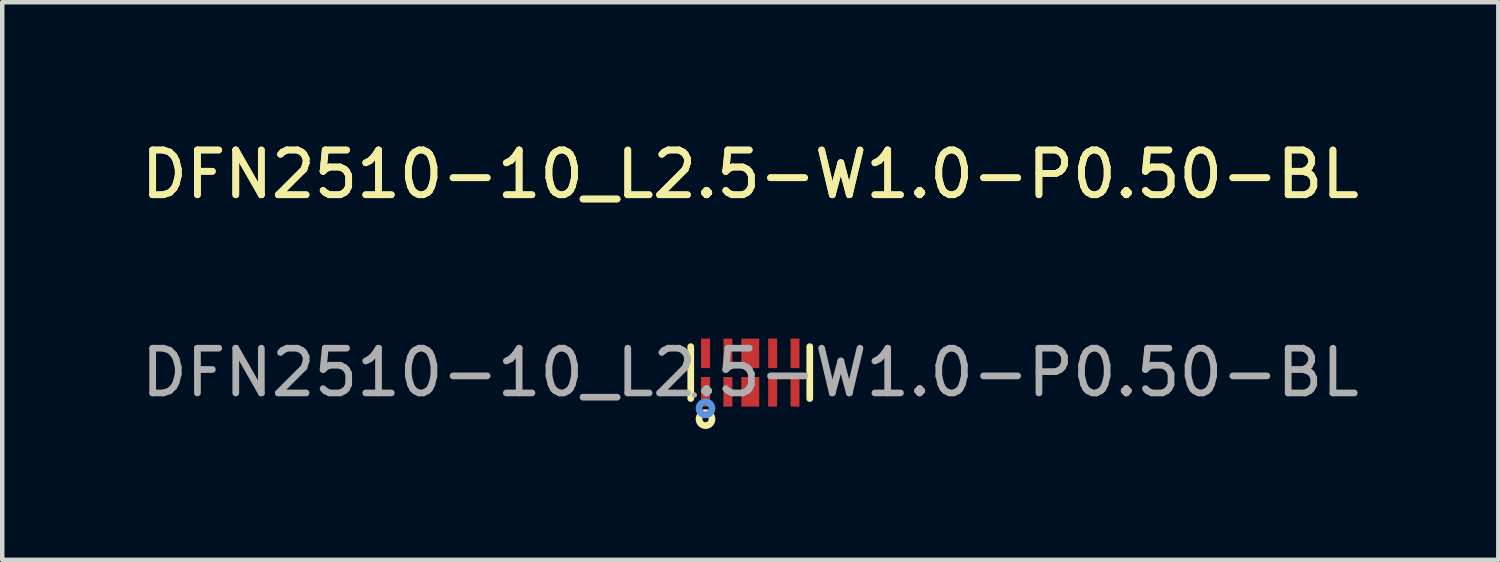
<source format=kicad_pcb>
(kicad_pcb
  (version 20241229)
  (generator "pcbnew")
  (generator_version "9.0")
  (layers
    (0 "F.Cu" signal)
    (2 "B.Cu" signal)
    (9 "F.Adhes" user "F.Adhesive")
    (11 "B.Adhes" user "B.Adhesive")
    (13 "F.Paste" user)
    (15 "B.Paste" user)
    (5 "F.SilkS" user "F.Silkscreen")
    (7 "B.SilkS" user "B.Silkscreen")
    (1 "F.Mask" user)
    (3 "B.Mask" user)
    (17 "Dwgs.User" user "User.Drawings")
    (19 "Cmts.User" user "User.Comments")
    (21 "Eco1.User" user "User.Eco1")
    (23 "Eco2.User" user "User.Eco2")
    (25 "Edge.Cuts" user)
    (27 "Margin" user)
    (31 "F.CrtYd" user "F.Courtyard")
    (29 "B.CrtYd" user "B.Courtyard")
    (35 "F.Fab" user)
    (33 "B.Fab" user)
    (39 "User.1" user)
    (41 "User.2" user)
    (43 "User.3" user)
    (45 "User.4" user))
  (footprint "DFN2510-10_L2.5-W1.0-P0.50-BL"
    (layer "F.Cu")
    (at 13.72 5.278)
    (property "Reference" "DFN2510-10_L2.5-W1.0-P0.50-BL" (at 0 -4.43 0) (layer "F.SilkS") (effects (font (size 1 1) (thickness 0.15))))
    (attr smd)
    (fp_line (start -1.33 0.58) (end -1.33 -0.58) (stroke (width 0.15) (type solid)) (layer "F.SilkS"))
    (fp_line (start 1.33 0.58) (end 1.33 -0.58) (stroke (width 0.15) (type solid)) (layer "F.SilkS"))
    (fp_circle (center -1 1.04) (end -0.93 1.04) (stroke (width 0.15) (type solid)) (fill no) (layer "F.SilkS"))
    (fp_circle (center -1 0.8) (end -0.93 0.8) (stroke (width 0.15) (type solid)) (fill no) (layer "Cmts.User"))
    (fp_circle (center -1.25 0.5) (end -1.22 0.5) (stroke (width 0.06) (type solid)) (fill no) (layer "F.Fab"))
    (fp_text user "${REFERENCE}" (at 0 -4.43 0) (layer "F.SilkS") (effects (font (size 1 1) (thickness 0.15))))
    (fp_text user "${REFERENCE}" (at 0 0 0) (layer "F.Fab") (effects (font (size 1 1) (thickness 0.15))))
    (pad "1" smd rect (at -1 0.43) (size 0.2 0.66) (layers "F.Cu" "F.Mask" "F.Paste"))
    (pad "2" smd rect (at -0.5 0.43) (size 0.2 0.66) (layers "F.Cu" "F.Mask" "F.Paste"))
    (pad "3" smd rect (at 0 0.43) (size 0.4 0.66) (layers "F.Cu" "F.Mask" "F.Paste"))
    (pad "4" smd rect (at 0.5 0.43) (size 0.2 0.66) (layers "F.Cu" "F.Mask" "F.Paste"))
    (pad "5" smd rect (at 1 0.43) (size 0.2 0.66) (layers "F.Cu" "F.Mask" "F.Paste"))
    (pad "6" smd rect (at 1 -0.43) (size 0.2 0.66) (layers "F.Cu" "F.Mask" "F.Paste"))
    (pad "7" smd rect (at 0.5 -0.43) (size 0.2 0.66) (layers "F.Cu" "F.Mask" "F.Paste"))
    (pad "8" smd rect (at 0 -0.43) (size 0.4 0.66) (layers "F.Cu" "F.Mask" "F.Paste"))
    (pad "9" smd rect (at -0.5 -0.43) (size 0.2 0.66) (layers "F.Cu" "F.Mask" "F.Paste"))
    (pad "10" smd rect (at -1 -0.43) (size 0.2 0.66) (layers "F.Cu" "F.Mask" "F.Paste")))
  (gr_rect
    (start -3 -3)
    (end 30.44 9.463)
    (stroke (width 0.1) (type default))
    (fill no)
    (layer "Edge.Cuts")))
</source>
